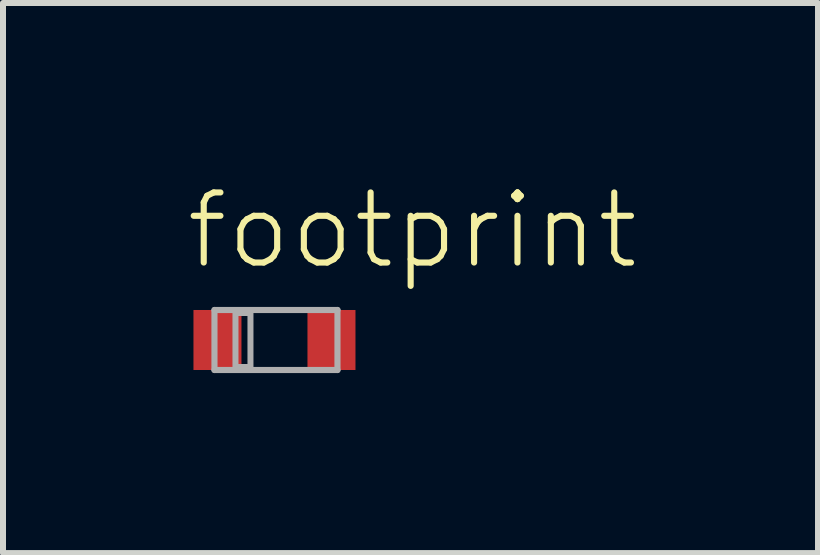
<source format=kicad_pcb>
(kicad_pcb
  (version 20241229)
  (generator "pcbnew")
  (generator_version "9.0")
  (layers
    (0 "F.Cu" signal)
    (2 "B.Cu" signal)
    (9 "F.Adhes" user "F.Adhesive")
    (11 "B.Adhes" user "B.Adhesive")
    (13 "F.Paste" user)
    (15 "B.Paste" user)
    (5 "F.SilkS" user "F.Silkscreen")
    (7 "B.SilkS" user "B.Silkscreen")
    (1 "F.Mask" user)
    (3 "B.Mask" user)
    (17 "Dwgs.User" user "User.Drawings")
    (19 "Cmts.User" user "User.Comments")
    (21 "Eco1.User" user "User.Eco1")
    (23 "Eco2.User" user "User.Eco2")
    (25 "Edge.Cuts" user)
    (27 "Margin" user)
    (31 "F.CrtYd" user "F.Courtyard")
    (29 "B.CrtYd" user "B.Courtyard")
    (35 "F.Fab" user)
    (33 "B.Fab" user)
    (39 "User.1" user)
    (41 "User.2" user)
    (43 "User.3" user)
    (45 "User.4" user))
  (footprint "footprint"
    (layer "F.Cu")
    (at 1.524 2.616)
    (property "Reference" "footprint" (at -1.524 -1.143 0) (layer "F.SilkS") (effects (font (size 1.168 1.168) (thickness 0.102)) (justify left bottom)))
    (fp_line (start -1 -0.5) (end 1.05 -0.5) (stroke (width 0.102) (type solid)) (layer "F.Fab"))
    (fp_line (start -1 0.5) (end -1 -0.5) (stroke (width 0.102) (type solid)) (layer "F.Fab"))
    (fp_line (start 1.05 -0.5) (end 1.05 0.5) (stroke (width 0.102) (type solid)) (layer "F.Fab"))
    (fp_line (start 1.05 0.5) (end -1 0.5) (stroke (width 0.102) (type solid)) (layer "F.Fab"))
    (fp_poly (pts (xy -0.65 0.45) (xy -0.4 0.45) (xy -0.4 -0.45) (xy -0.65 -0.45)) (stroke (width 0.1) (type solid)) (fill no) (layer "F.Fab"))
    (pad "A" smd rect (at 0.95 0) (size 0.8 1) (layers "F.Cu" "F.Mask" "F.Paste"))
    (pad "C" smd rect (at -0.95 0) (size 0.8 1) (layers "F.Cu" "F.Mask" "F.Paste")))
  (gr_rect
    (start -3 -3)
    (end 10.582 6.167)
    (stroke (width 0.1) (type default))
    (fill no)
    (layer "Edge.Cuts")))
</source>
